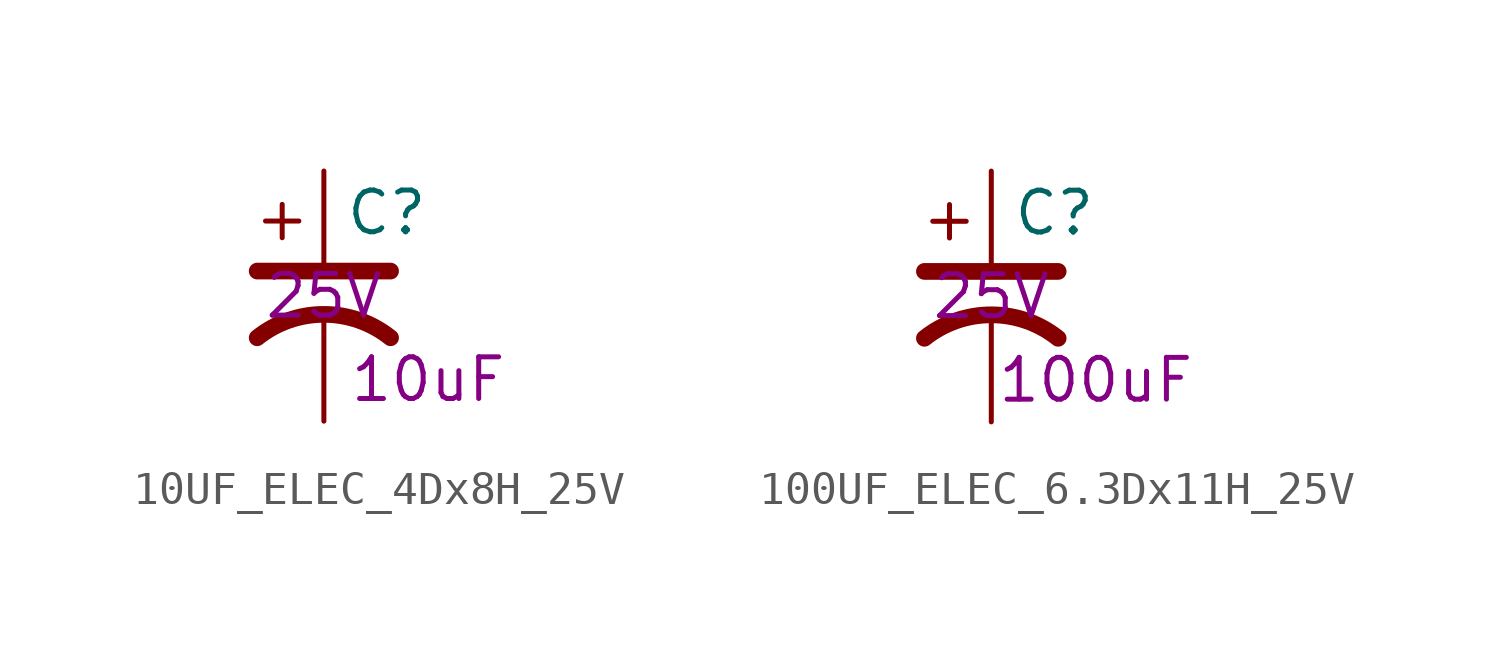
<source format=kicad_sym>
(kicad_symbol_lib
  (version 20211014)
  (generator kicad_symbol_editor)
  (symbol "10UF_ELEC_4Dx8H_25V"
    (pin_numbers hide)
    (pin_names
      (offset 0.254) hide)
    (property "Reference" "C"
      (at 0.635 2.54 0)
      (effects (font (size 1.27 1.27)) (justify left)))
    (property "Capacitance" "10uF"
      (at 3.175 -2.54 0)
      (effects (font (size 1.27 1.27))))
    (property "Voltage Rating" "25V"
      (at 0 0 0)
      (effects (font (size 1.27 1.27))))
    (symbol "10UF_ELEC_4Dx8H_25V_0_1"
      (polyline (pts (xy -2.032 0.762) (xy 2.032 0.762)) (stroke (width 0.508) (type default) (color 0 0 0 0)) (fill (type none)))
      (polyline (pts (xy -1.778 2.286) (xy -0.762 2.286)) (stroke (width 0) (type default) (color 0 0 0 0)) (fill (type none)))
      (polyline (pts (xy -1.27 1.778) (xy -1.27 2.794)) (stroke (width 0) (type default) (color 0 0 0 0)) (fill (type none)))
      (arc (start 2.032 -1.27) (mid 0 -0.5572) (end -2.032 -1.27) (stroke (width 0.508) (type default) (color 0 0 0 0)) (fill (type none))))
    (symbol "10UF_ELEC_4Dx8H_25V_1_1"
      (pin passive line (at 0 3.81 270) (length 2.794) (name "~" (effects (font (size 1.27 1.27)))) (number "1" (effects (font (size 1.27 1.27)))))
      (pin passive line (at 0 -3.81 90) (length 3.302) (name "~" (effects (font (size 1.27 1.27)))) (number "2" (effects (font (size 1.27 1.27)))))))
  (symbol "100UF_ELEC_6.3Dx11H_25V"
    (pin_numbers hide)
    (pin_names
      (offset 0.254) hide)
    (property "Reference" "C"
      (at 0.635 2.54 0)
      (effects (font (size 1.27 1.27)) (justify left)))
    (property "Capacitance" "100uF"
      (at 3.175 -2.54 0)
      (effects (font (size 1.27 1.27))))
    (property "Voltage Rating" "25V"
      (at 0 0 0)
      (effects (font (size 1.27 1.27))))
    (symbol "100UF_ELEC_6.3Dx11H_25V_0_1"
      (polyline (pts (xy -2.032 0.762) (xy 2.032 0.762)) (stroke (width 0.508) (type default) (color 0 0 0 0)) (fill (type none)))
      (polyline (pts (xy -1.778 2.286) (xy -0.762 2.286)) (stroke (width 0) (type default) (color 0 0 0 0)) (fill (type none)))
      (polyline (pts (xy -1.27 1.778) (xy -1.27 2.794)) (stroke (width 0) (type default) (color 0 0 0 0)) (fill (type none)))
      (arc (start 2.032 -1.27) (mid 0 -0.5572) (end -2.032 -1.27) (stroke (width 0.508) (type default) (color 0 0 0 0)) (fill (type none))))
    (symbol "100UF_ELEC_6.3Dx11H_25V_1_1"
      (pin passive line (at 0 3.81 270) (length 2.794) (name "~" (effects (font (size 1.27 1.27)))) (number "1" (effects (font (size 1.27 1.27)))))
      (pin passive line (at 0 -3.81 90) (length 3.302) (name "~" (effects (font (size 1.27 1.27)))) (number "2" (effects (font (size 1.27 1.27))))))))
</source>
